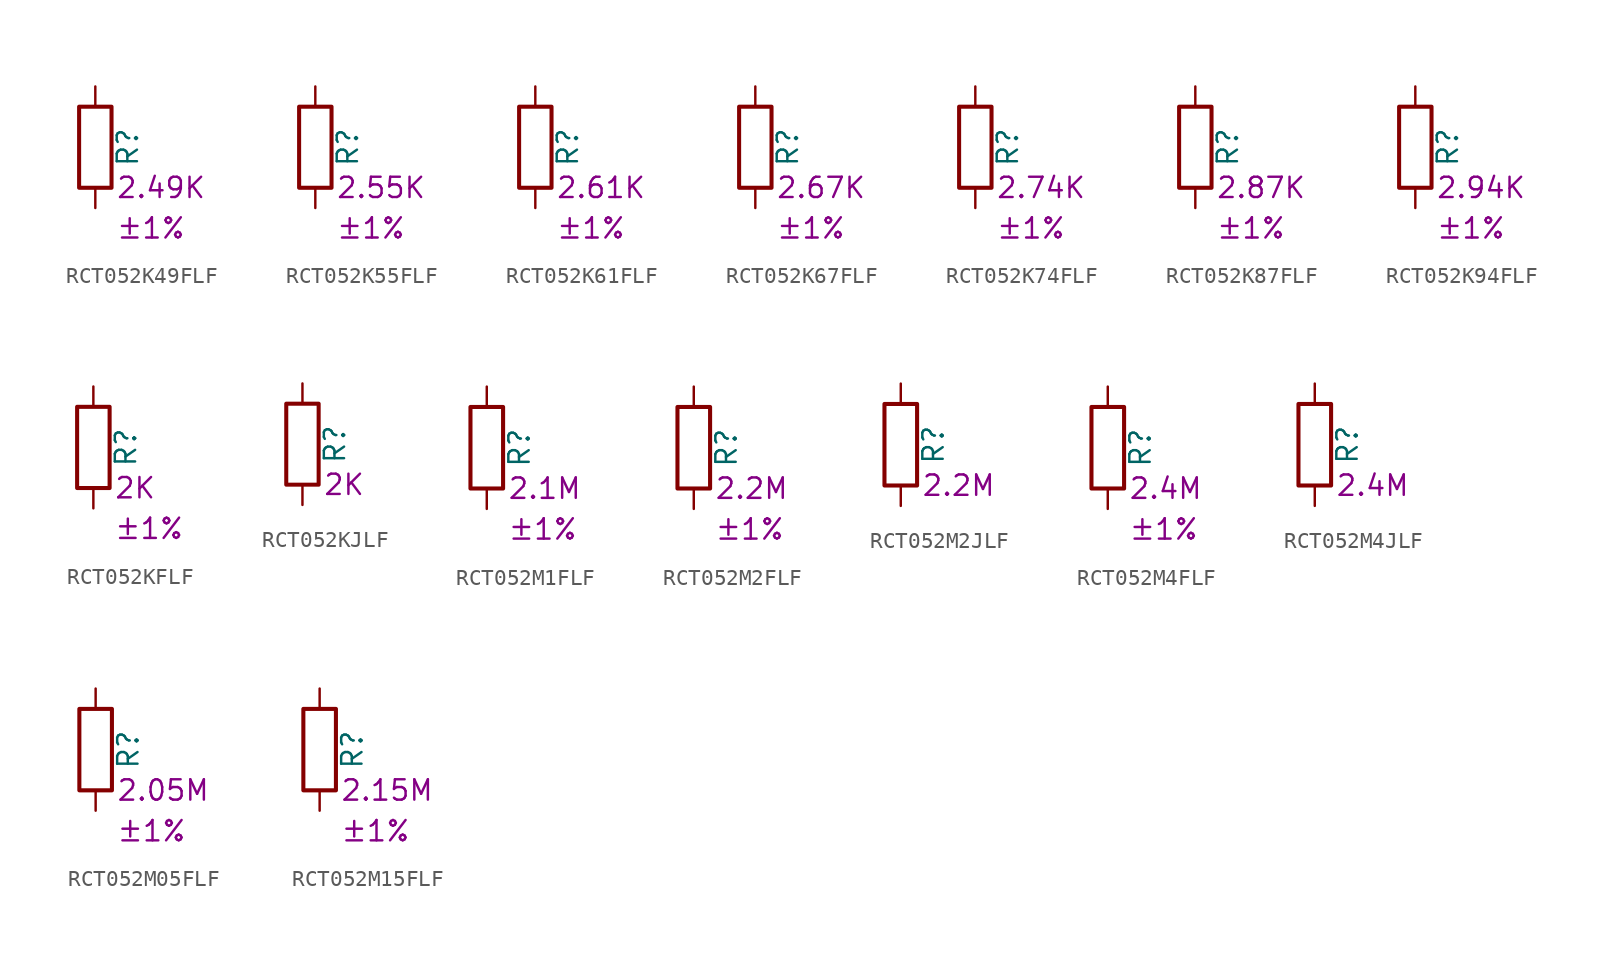
<source format=kicad_sym>
(kicad_symbol_lib
  (version 20220914)
  (generator kicad_symbol_editor)
  (symbol "RCT052K49FLF"
    (pin_numbers hide)
    (pin_names
      (offset 0))
    (property "Reference" "R"
      (at 2.032 0 90)
      (effects (font (size 1.27 1.27))))
    (property "Resistance" "2.49K"
      (at 1.27 -2.54 0)
      (effects (font (size 1.27 1.27)) (justify left)))
    (property "Tolerance" "±1%"
      (at 1.27 -5.08 0)
      (effects (font (size 1.27 1.27)) (justify left)))
    (symbol "RCT052K49FLF_0_1"
      (rectangle (start -1.016 -2.54) (end 1.016 2.54) (stroke (width 0.254) (type default)) (fill (type none))))
    (symbol "RCT052K49FLF_1_1"
      (pin passive line (at 0 3.81 270) (length 1.27) (name "~" (effects (font (size 1.27 1.27)))) (number "1" (effects (font (size 1.27 1.27)))))
      (pin passive line (at 0 -3.81 90) (length 1.27) (name "~" (effects (font (size 1.27 1.27)))) (number "2" (effects (font (size 1.27 1.27)))))))
  (symbol "RCT052K55FLF"
    (pin_numbers hide)
    (pin_names
      (offset 0))
    (property "Reference" "R"
      (at 2.032 0 90)
      (effects (font (size 1.27 1.27))))
    (property "Resistance" "2.55K"
      (at 1.27 -2.54 0)
      (effects (font (size 1.27 1.27)) (justify left)))
    (property "Tolerance" "±1%"
      (at 1.27 -5.08 0)
      (effects (font (size 1.27 1.27)) (justify left)))
    (symbol "RCT052K55FLF_0_1"
      (rectangle (start -1.016 -2.54) (end 1.016 2.54) (stroke (width 0.254) (type default)) (fill (type none))))
    (symbol "RCT052K55FLF_1_1"
      (pin passive line (at 0 3.81 270) (length 1.27) (name "~" (effects (font (size 1.27 1.27)))) (number "1" (effects (font (size 1.27 1.27)))))
      (pin passive line (at 0 -3.81 90) (length 1.27) (name "~" (effects (font (size 1.27 1.27)))) (number "2" (effects (font (size 1.27 1.27)))))))
  (symbol "RCT052K61FLF"
    (pin_numbers hide)
    (pin_names
      (offset 0))
    (property "Reference" "R"
      (at 2.032 0 90)
      (effects (font (size 1.27 1.27))))
    (property "Resistance" "2.61K"
      (at 1.27 -2.54 0)
      (effects (font (size 1.27 1.27)) (justify left)))
    (property "Tolerance" "±1%"
      (at 1.27 -5.08 0)
      (effects (font (size 1.27 1.27)) (justify left)))
    (symbol "RCT052K61FLF_0_1"
      (rectangle (start -1.016 -2.54) (end 1.016 2.54) (stroke (width 0.254) (type default)) (fill (type none))))
    (symbol "RCT052K61FLF_1_1"
      (pin passive line (at 0 3.81 270) (length 1.27) (name "~" (effects (font (size 1.27 1.27)))) (number "1" (effects (font (size 1.27 1.27)))))
      (pin passive line (at 0 -3.81 90) (length 1.27) (name "~" (effects (font (size 1.27 1.27)))) (number "2" (effects (font (size 1.27 1.27)))))))
  (symbol "RCT052K67FLF"
    (pin_numbers hide)
    (pin_names
      (offset 0))
    (property "Reference" "R"
      (at 2.032 0 90)
      (effects (font (size 1.27 1.27))))
    (property "Resistance" "2.67K"
      (at 1.27 -2.54 0)
      (effects (font (size 1.27 1.27)) (justify left)))
    (property "Tolerance" "±1%"
      (at 1.27 -5.08 0)
      (effects (font (size 1.27 1.27)) (justify left)))
    (symbol "RCT052K67FLF_0_1"
      (rectangle (start -1.016 -2.54) (end 1.016 2.54) (stroke (width 0.254) (type default)) (fill (type none))))
    (symbol "RCT052K67FLF_1_1"
      (pin passive line (at 0 3.81 270) (length 1.27) (name "~" (effects (font (size 1.27 1.27)))) (number "1" (effects (font (size 1.27 1.27)))))
      (pin passive line (at 0 -3.81 90) (length 1.27) (name "~" (effects (font (size 1.27 1.27)))) (number "2" (effects (font (size 1.27 1.27)))))))
  (symbol "RCT052K74FLF"
    (pin_numbers hide)
    (pin_names
      (offset 0))
    (property "Reference" "R"
      (at 2.032 0 90)
      (effects (font (size 1.27 1.27))))
    (property "Resistance" "2.74K"
      (at 1.27 -2.54 0)
      (effects (font (size 1.27 1.27)) (justify left)))
    (property "Tolerance" "±1%"
      (at 1.27 -5.08 0)
      (effects (font (size 1.27 1.27)) (justify left)))
    (symbol "RCT052K74FLF_0_1"
      (rectangle (start -1.016 -2.54) (end 1.016 2.54) (stroke (width 0.254) (type default)) (fill (type none))))
    (symbol "RCT052K74FLF_1_1"
      (pin passive line (at 0 3.81 270) (length 1.27) (name "~" (effects (font (size 1.27 1.27)))) (number "1" (effects (font (size 1.27 1.27)))))
      (pin passive line (at 0 -3.81 90) (length 1.27) (name "~" (effects (font (size 1.27 1.27)))) (number "2" (effects (font (size 1.27 1.27)))))))
  (symbol "RCT052K87FLF"
    (pin_numbers hide)
    (pin_names
      (offset 0))
    (property "Reference" "R"
      (at 2.032 0 90)
      (effects (font (size 1.27 1.27))))
    (property "Resistance" "2.87K"
      (at 1.27 -2.54 0)
      (effects (font (size 1.27 1.27)) (justify left)))
    (property "Tolerance" "±1%"
      (at 1.27 -5.08 0)
      (effects (font (size 1.27 1.27)) (justify left)))
    (symbol "RCT052K87FLF_0_1"
      (rectangle (start -1.016 -2.54) (end 1.016 2.54) (stroke (width 0.254) (type default)) (fill (type none))))
    (symbol "RCT052K87FLF_1_1"
      (pin passive line (at 0 3.81 270) (length 1.27) (name "~" (effects (font (size 1.27 1.27)))) (number "1" (effects (font (size 1.27 1.27)))))
      (pin passive line (at 0 -3.81 90) (length 1.27) (name "~" (effects (font (size 1.27 1.27)))) (number "2" (effects (font (size 1.27 1.27)))))))
  (symbol "RCT052K94FLF"
    (pin_numbers hide)
    (pin_names
      (offset 0))
    (property "Reference" "R"
      (at 2.032 0 90)
      (effects (font (size 1.27 1.27))))
    (property "Resistance" "2.94K"
      (at 1.27 -2.54 0)
      (effects (font (size 1.27 1.27)) (justify left)))
    (property "Tolerance" "±1%"
      (at 1.27 -5.08 0)
      (effects (font (size 1.27 1.27)) (justify left)))
    (symbol "RCT052K94FLF_0_1"
      (rectangle (start -1.016 -2.54) (end 1.016 2.54) (stroke (width 0.254) (type default)) (fill (type none))))
    (symbol "RCT052K94FLF_1_1"
      (pin passive line (at 0 3.81 270) (length 1.27) (name "~" (effects (font (size 1.27 1.27)))) (number "1" (effects (font (size 1.27 1.27)))))
      (pin passive line (at 0 -3.81 90) (length 1.27) (name "~" (effects (font (size 1.27 1.27)))) (number "2" (effects (font (size 1.27 1.27)))))))
  (symbol "RCT052KFLF"
    (pin_numbers hide)
    (pin_names
      (offset 0))
    (property "Reference" "R"
      (at 2.032 0 90)
      (effects (font (size 1.27 1.27))))
    (property "Resistance" "2K"
      (at 1.27 -2.54 0)
      (effects (font (size 1.27 1.27)) (justify left)))
    (property "Tolerance" "±1%"
      (at 1.27 -5.08 0)
      (effects (font (size 1.27 1.27)) (justify left)))
    (symbol "RCT052KFLF_0_1"
      (rectangle (start -1.016 -2.54) (end 1.016 2.54) (stroke (width 0.254) (type default)) (fill (type none))))
    (symbol "RCT052KFLF_1_1"
      (pin passive line (at 0 3.81 270) (length 1.27) (name "~" (effects (font (size 1.27 1.27)))) (number "1" (effects (font (size 1.27 1.27)))))
      (pin passive line (at 0 -3.81 90) (length 1.27) (name "~" (effects (font (size 1.27 1.27)))) (number "2" (effects (font (size 1.27 1.27)))))))
  (symbol "RCT052KJLF"
    (pin_numbers hide)
    (pin_names
      (offset 0))
    (property "Reference" "R"
      (at 2.032 0 90)
      (effects (font (size 1.27 1.27))))
    (property "Resistance" "2K"
      (at 1.27 -2.54 0)
      (effects (font (size 1.27 1.27)) (justify left)))
    (symbol "RCT052KJLF_0_1"
      (rectangle (start -1.016 -2.54) (end 1.016 2.54) (stroke (width 0.254) (type default)) (fill (type none))))
    (symbol "RCT052KJLF_1_1"
      (pin passive line (at 0 3.81 270) (length 1.27) (name "~" (effects (font (size 1.27 1.27)))) (number "1" (effects (font (size 1.27 1.27)))))
      (pin passive line (at 0 -3.81 90) (length 1.27) (name "~" (effects (font (size 1.27 1.27)))) (number "2" (effects (font (size 1.27 1.27)))))))
  (symbol "RCT052M1FLF"
    (pin_numbers hide)
    (pin_names
      (offset 0))
    (property "Reference" "R"
      (at 2.032 0 90)
      (effects (font (size 1.27 1.27))))
    (property "Resistance" "2.1M"
      (at 1.27 -2.54 0)
      (effects (font (size 1.27 1.27)) (justify left)))
    (property "Tolerance" "±1%"
      (at 1.27 -5.08 0)
      (effects (font (size 1.27 1.27)) (justify left)))
    (symbol "RCT052M1FLF_0_1"
      (rectangle (start -1.016 -2.54) (end 1.016 2.54) (stroke (width 0.254) (type default)) (fill (type none))))
    (symbol "RCT052M1FLF_1_1"
      (pin passive line (at 0 3.81 270) (length 1.27) (name "~" (effects (font (size 1.27 1.27)))) (number "1" (effects (font (size 1.27 1.27)))))
      (pin passive line (at 0 -3.81 90) (length 1.27) (name "~" (effects (font (size 1.27 1.27)))) (number "2" (effects (font (size 1.27 1.27)))))))
  (symbol "RCT052M2FLF"
    (pin_numbers hide)
    (pin_names
      (offset 0))
    (property "Reference" "R"
      (at 2.032 0 90)
      (effects (font (size 1.27 1.27))))
    (property "Resistance" "2.2M"
      (at 1.27 -2.54 0)
      (effects (font (size 1.27 1.27)) (justify left)))
    (property "Tolerance" "±1%"
      (at 1.27 -5.08 0)
      (effects (font (size 1.27 1.27)) (justify left)))
    (symbol "RCT052M2FLF_0_1"
      (rectangle (start -1.016 -2.54) (end 1.016 2.54) (stroke (width 0.254) (type default)) (fill (type none))))
    (symbol "RCT052M2FLF_1_1"
      (pin passive line (at 0 3.81 270) (length 1.27) (name "~" (effects (font (size 1.27 1.27)))) (number "1" (effects (font (size 1.27 1.27)))))
      (pin passive line (at 0 -3.81 90) (length 1.27) (name "~" (effects (font (size 1.27 1.27)))) (number "2" (effects (font (size 1.27 1.27)))))))
  (symbol "RCT052M2JLF"
    (pin_numbers hide)
    (pin_names
      (offset 0))
    (property "Reference" "R"
      (at 2.032 0 90)
      (effects (font (size 1.27 1.27))))
    (property "Resistance" "2.2M"
      (at 1.27 -2.54 0)
      (effects (font (size 1.27 1.27)) (justify left)))
    (symbol "RCT052M2JLF_0_1"
      (rectangle (start -1.016 -2.54) (end 1.016 2.54) (stroke (width 0.254) (type default)) (fill (type none))))
    (symbol "RCT052M2JLF_1_1"
      (pin passive line (at 0 3.81 270) (length 1.27) (name "~" (effects (font (size 1.27 1.27)))) (number "1" (effects (font (size 1.27 1.27)))))
      (pin passive line (at 0 -3.81 90) (length 1.27) (name "~" (effects (font (size 1.27 1.27)))) (number "2" (effects (font (size 1.27 1.27)))))))
  (symbol "RCT052M4FLF"
    (pin_numbers hide)
    (pin_names
      (offset 0))
    (property "Reference" "R"
      (at 2.032 0 90)
      (effects (font (size 1.27 1.27))))
    (property "Resistance" "2.4M"
      (at 1.27 -2.54 0)
      (effects (font (size 1.27 1.27)) (justify left)))
    (property "Tolerance" "±1%"
      (at 1.27 -5.08 0)
      (effects (font (size 1.27 1.27)) (justify left)))
    (symbol "RCT052M4FLF_0_1"
      (rectangle (start -1.016 -2.54) (end 1.016 2.54) (stroke (width 0.254) (type default)) (fill (type none))))
    (symbol "RCT052M4FLF_1_1"
      (pin passive line (at 0 3.81 270) (length 1.27) (name "~" (effects (font (size 1.27 1.27)))) (number "1" (effects (font (size 1.27 1.27)))))
      (pin passive line (at 0 -3.81 90) (length 1.27) (name "~" (effects (font (size 1.27 1.27)))) (number "2" (effects (font (size 1.27 1.27)))))))
  (symbol "RCT052M4JLF"
    (pin_numbers hide)
    (pin_names
      (offset 0))
    (property "Reference" "R"
      (at 2.032 0 90)
      (effects (font (size 1.27 1.27))))
    (property "Resistance" "2.4M"
      (at 1.27 -2.54 0)
      (effects (font (size 1.27 1.27)) (justify left)))
    (symbol "RCT052M4JLF_0_1"
      (rectangle (start -1.016 -2.54) (end 1.016 2.54) (stroke (width 0.254) (type default)) (fill (type none))))
    (symbol "RCT052M4JLF_1_1"
      (pin passive line (at 0 3.81 270) (length 1.27) (name "~" (effects (font (size 1.27 1.27)))) (number "1" (effects (font (size 1.27 1.27)))))
      (pin passive line (at 0 -3.81 90) (length 1.27) (name "~" (effects (font (size 1.27 1.27)))) (number "2" (effects (font (size 1.27 1.27)))))))
  (symbol "RCT052M05FLF"
    (pin_numbers hide)
    (pin_names
      (offset 0))
    (property "Reference" "R"
      (at 2.032 0 90)
      (effects (font (size 1.27 1.27))))
    (property "Resistance" "2.05M"
      (at 1.27 -2.54 0)
      (effects (font (size 1.27 1.27)) (justify left)))
    (property "Tolerance" "±1%"
      (at 1.27 -5.08 0)
      (effects (font (size 1.27 1.27)) (justify left)))
    (symbol "RCT052M05FLF_0_1"
      (rectangle (start -1.016 -2.54) (end 1.016 2.54) (stroke (width 0.254) (type default)) (fill (type none))))
    (symbol "RCT052M05FLF_1_1"
      (pin passive line (at 0 3.81 270) (length 1.27) (name "~" (effects (font (size 1.27 1.27)))) (number "1" (effects (font (size 1.27 1.27)))))
      (pin passive line (at 0 -3.81 90) (length 1.27) (name "~" (effects (font (size 1.27 1.27)))) (number "2" (effects (font (size 1.27 1.27)))))))
  (symbol "RCT052M15FLF"
    (pin_numbers hide)
    (pin_names
      (offset 0))
    (property "Reference" "R"
      (at 2.032 0 90)
      (effects (font (size 1.27 1.27))))
    (property "Resistance" "2.15M"
      (at 1.27 -2.54 0)
      (effects (font (size 1.27 1.27)) (justify left)))
    (property "Tolerance" "±1%"
      (at 1.27 -5.08 0)
      (effects (font (size 1.27 1.27)) (justify left)))
    (symbol "RCT052M15FLF_0_1"
      (rectangle (start -1.016 -2.54) (end 1.016 2.54) (stroke (width 0.254) (type default)) (fill (type none))))
    (symbol "RCT052M15FLF_1_1"
      (pin passive line (at 0 3.81 270) (length 1.27) (name "~" (effects (font (size 1.27 1.27)))) (number "1" (effects (font (size 1.27 1.27)))))
      (pin passive line (at 0 -3.81 90) (length 1.27) (name "~" (effects (font (size 1.27 1.27)))) (number "2" (effects (font (size 1.27 1.27))))))))
</source>
